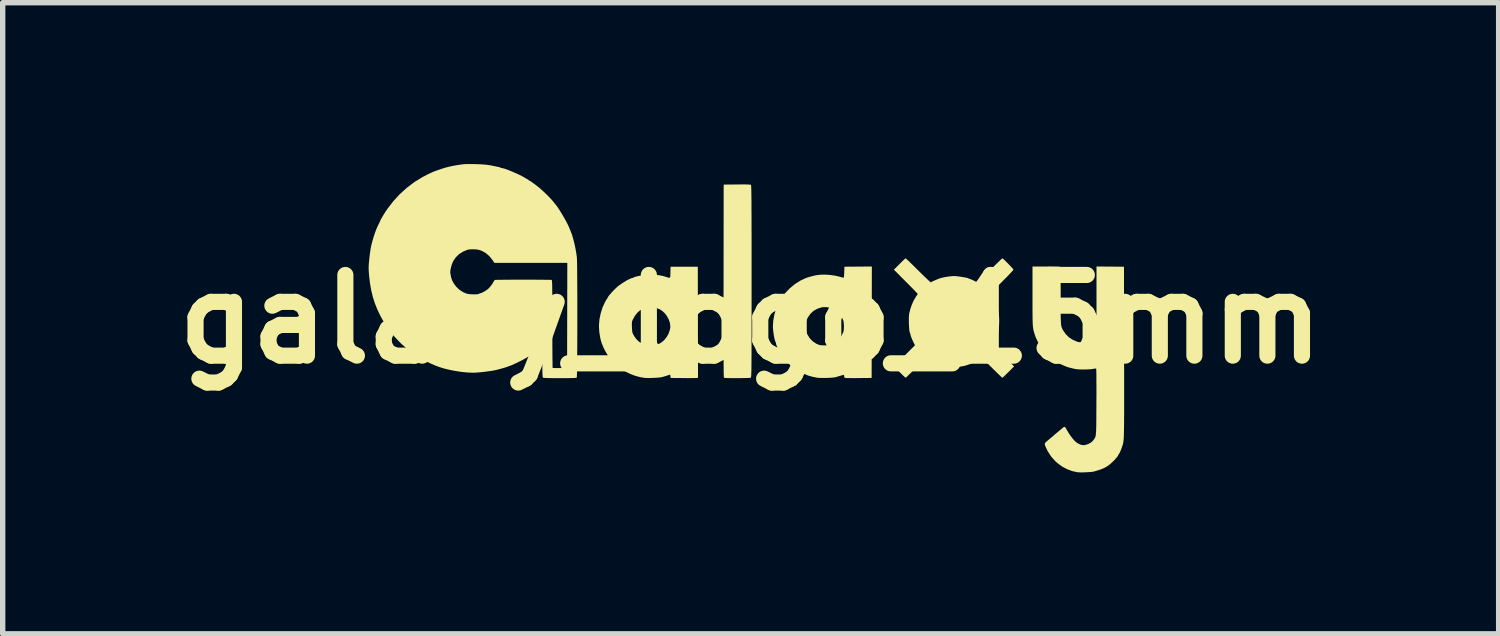
<source format=kicad_pcb>
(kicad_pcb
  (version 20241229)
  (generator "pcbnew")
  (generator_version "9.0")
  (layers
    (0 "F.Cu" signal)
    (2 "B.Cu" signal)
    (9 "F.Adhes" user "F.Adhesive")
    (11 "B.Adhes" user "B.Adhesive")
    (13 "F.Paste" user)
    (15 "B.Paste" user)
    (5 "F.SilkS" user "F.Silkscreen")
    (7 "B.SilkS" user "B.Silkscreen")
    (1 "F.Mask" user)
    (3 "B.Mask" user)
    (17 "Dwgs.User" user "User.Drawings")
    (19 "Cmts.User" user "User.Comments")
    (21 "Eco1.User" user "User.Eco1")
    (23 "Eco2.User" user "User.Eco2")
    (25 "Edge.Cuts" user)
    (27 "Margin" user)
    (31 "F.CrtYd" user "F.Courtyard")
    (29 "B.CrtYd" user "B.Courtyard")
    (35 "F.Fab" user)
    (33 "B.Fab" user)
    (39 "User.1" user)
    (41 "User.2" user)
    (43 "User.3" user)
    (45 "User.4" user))
  (footprint "galaxy_logo_15mm"
    (layer "F.Cu")
    (at 10.907 2.884)
    (property "Reference" "galaxy_logo_15mm" (at 0 0 0) (layer "F.SilkS") (effects (font (size 1.5 1.5) (thickness 0.3))))
    (attr board_only exclude_from_pos_files exclude_from_bom)
    (fp_poly (pts (xy -0.11 -2.505) (xy -0.061 -2.504) (xy -0.026 -2.502) (xy -0.004 -2.5) (xy 0.005 -2.497) (xy 0.007 -2.494) (xy 0.008 -2.486) (xy 0.009 -2.473) (xy 0.01 -2.455) (xy 0.011 -2.43) (xy 0.012 -2.398) (xy 0.013 -2.359) (xy 0.013 -2.311) (xy 0.014 -2.255) (xy 0.015 -2.189) (xy 0.015 -2.113) (xy 0.015 -2.026) (xy 0.016 -1.928) (xy 0.016 -1.818) (xy 0.016 -1.695) (xy 0.017 -1.559) (xy 0.017 -1.409) (xy 0.017 -1.244) (xy 0.017 -1.065) (xy 0.017 -0.87) (xy 0.017 -0.704) (xy 0.017 -0.5) (xy 0.017 -0.312) (xy 0.017 -0.139) (xy 0.017 0.018) (xy 0.017 0.162) (xy 0.017 0.292) (xy 0.016 0.409) (xy 0.016 0.514) (xy 0.016 0.607) (xy 0.016 0.69) (xy 0.015 0.762) (xy 0.015 0.825) (xy 0.014 0.879) (xy 0.014 0.925) (xy 0.013 0.964) (xy 0.012 0.996) (xy 0.011 1.022) (xy 0.01 1.042) (xy 0.009 1.057) (xy 0.008 1.069) (xy 0.007 1.077) (xy 0.005 1.082) (xy 0.004 1.086) (xy 0.002 1.087) (xy 0.001 1.088) (xy -0.012 1.091) (xy -0.039 1.093) (xy -0.077 1.094) (xy -0.123 1.095) (xy -0.176 1.096) (xy -0.232 1.097) (xy -0.289 1.097) (xy -0.344 1.097) (xy -0.395 1.096) (xy -0.437 1.095) (xy -0.47 1.093) (xy -0.491 1.091) (xy -0.496 1.09) (xy -0.497 1.086) (xy -0.498 1.076) (xy -0.499 1.059) (xy -0.5 1.035) (xy -0.501 1.002) (xy -0.502 0.962) (xy -0.502 0.911) (xy -0.503 0.852) (xy -0.503 0.781) (xy -0.504 0.7) (xy -0.504 0.608) (xy -0.504 0.503) (xy -0.505 0.386) (xy -0.505 0.256) (xy -0.505 0.112) (xy -0.505 -0.047) (xy -0.505 -0.22) (xy -0.505 -0.409) (xy -0.504 -0.614) (xy -0.504 -0.709) (xy -0.502 -2.502) (xy -0.254 -2.504) (xy -0.174 -2.505)) (stroke (width 0) (type solid)) (fill yes) (layer "F.SilkS"))
    (fp_poly (pts (xy 2.251 0.057) (xy 2.249 1.093) (xy 2.013 1.095) (xy 1.95 1.096) (xy 1.893 1.096) (xy 1.842 1.095) (xy 1.801 1.095) (xy 1.773 1.094) (xy 1.758 1.093) (xy 1.757 1.093) (xy 1.743 1.084) (xy 1.738 1.065) (xy 1.738 1.065) (xy 1.737 1.046) (xy 1.734 1.036) (xy 1.724 1.037) (xy 1.703 1.042) (xy 1.675 1.05) (xy 1.673 1.051) (xy 1.636 1.062) (xy 1.599 1.073) (xy 1.574 1.08) (xy 1.546 1.084) (xy 1.505 1.088) (xy 1.456 1.091) (xy 1.402 1.093) (xy 1.349 1.093) (xy 1.301 1.093) (xy 1.261 1.091) (xy 1.24 1.089) (xy 1.158 1.073) (xy 1.086 1.054) (xy 1.042 1.038) (xy 0.975 1.008) (xy 0.913 0.976) (xy 0.858 0.946) (xy 0.813 0.917) (xy 0.784 0.893) (xy 0.77 0.881) (xy 0.749 0.865) (xy 0.741 0.858) (xy 0.705 0.827) (xy 0.666 0.784) (xy 0.625 0.733) (xy 0.584 0.677) (xy 0.548 0.62) (xy 0.518 0.566) (xy 0.511 0.553) (xy 0.498 0.524) (xy 0.486 0.5) (xy 0.48 0.487) (xy 0.474 0.468) (xy 0.473 0.46) (xy 0.469 0.441) (xy 0.465 0.432) (xy 0.454 0.403) (xy 0.442 0.361) (xy 0.432 0.311) (xy 0.424 0.255) (xy 0.417 0.2) (xy 0.414 0.148) (xy 0.414 0.131) (xy 0.414 0.118) (xy 1.025 0.118) (xy 1.025 0.135) (xy 1.026 0.175) (xy 1.028 0.205) (xy 1.032 0.228) (xy 1.04 0.251) (xy 1.052 0.278) (xy 1.056 0.287) (xy 1.098 0.355) (xy 1.152 0.41) (xy 1.218 0.455) (xy 1.27 0.478) (xy 1.294 0.483) (xy 1.33 0.487) (xy 1.372 0.488) (xy 1.413 0.487) (xy 1.45 0.485) (xy 1.476 0.48) (xy 1.476 0.48) (xy 1.541 0.452) (xy 1.6 0.415) (xy 1.63 0.389) (xy 1.651 0.366) (xy 1.67 0.34) (xy 1.689 0.308) (xy 1.711 0.265) (xy 1.722 0.242) (xy 1.729 0.218) (xy 1.732 0.183) (xy 1.734 0.141) (xy 1.732 0.098) (xy 1.729 0.058) (xy 1.723 0.027) (xy 1.722 0.025) (xy 1.693 -0.039) (xy 1.652 -0.097) (xy 1.601 -0.145) (xy 1.542 -0.184) (xy 1.478 -0.211) (xy 1.411 -0.224) (xy 1.343 -0.224) (xy 1.317 -0.219) (xy 1.238 -0.193) (xy 1.171 -0.155) (xy 1.114 -0.103) (xy 1.068 -0.039) (xy 1.057 -0.019) (xy 1.043 0.011) (xy 1.034 0.034) (xy 1.028 0.056) (xy 1.026 0.082) (xy 1.025 0.118) (xy 0.414 0.118) (xy 0.42 0.028) (xy 0.44 -0.081) (xy 0.466 -0.173) (xy 0.511 -0.285) (xy 0.572 -0.391) (xy 0.645 -0.489) (xy 0.731 -0.577) (xy 0.826 -0.655) (xy 0.931 -0.72) (xy 1.017 -0.76) (xy 1.043 -0.77) (xy 1.081 -0.782) (xy 1.124 -0.794) (xy 1.167 -0.805) (xy 1.205 -0.814) (xy 1.22 -0.817) (xy 1.293 -0.826) (xy 1.376 -0.828) (xy 1.464 -0.823) (xy 1.552 -0.812) (xy 1.633 -0.795) (xy 1.682 -0.781) (xy 1.707 -0.774) (xy 1.725 -0.772) (xy 1.731 -0.774) (xy 1.734 -0.785) (xy 1.736 -0.809) (xy 1.739 -0.842) (xy 1.74 -0.878) (xy 1.743 -0.975) (xy 1.998 -0.977) (xy 2.253 -0.979)) (stroke (width 0) (type solid)) (fill yes) (layer "F.SilkS"))
    (fp_poly (pts (xy -0.981 0.057) (xy -0.979 1.088) (xy -0.998 1.093) (xy -1.011 1.094) (xy -1.039 1.095) (xy -1.079 1.095) (xy -1.128 1.096) (xy -1.185 1.096) (xy -1.247 1.095) (xy -1.253 1.095) (xy -1.489 1.093) (xy -1.492 1.06) (xy -1.495 1.04) (xy -1.501 1.032) (xy -1.509 1.034) (xy -1.532 1.042) (xy -1.566 1.053) (xy -1.605 1.065) (xy -1.641 1.075) (xy -1.658 1.079) (xy -1.683 1.083) (xy -1.72 1.087) (xy -1.765 1.09) (xy -1.816 1.092) (xy -1.866 1.094) (xy -1.913 1.094) (xy -1.952 1.093) (xy -1.97 1.092) (xy -2.055 1.078) (xy -2.145 1.054) (xy -2.233 1.021) (xy -2.313 0.983) (xy -2.344 0.965) (xy -2.369 0.95) (xy -2.388 0.94) (xy -2.397 0.937) (xy -2.405 0.932) (xy -2.405 0.93) (xy -2.412 0.922) (xy -2.428 0.91) (xy -2.431 0.908) (xy -2.456 0.89) (xy -2.488 0.863) (xy -2.524 0.83) (xy -2.56 0.793) (xy -2.592 0.758) (xy -2.615 0.73) (xy -2.644 0.689) (xy -2.675 0.643) (xy -2.702 0.597) (xy -2.722 0.557) (xy -2.723 0.557) (xy -2.748 0.5) (xy -2.768 0.452) (xy -2.782 0.407) (xy -2.794 0.362) (xy -2.803 0.31) (xy -2.813 0.248) (xy -2.815 0.232) (xy -2.821 0.122) (xy -2.818 0.083) (xy -2.209 0.083) (xy -2.209 0.119) (xy -2.207 0.159) (xy -2.205 0.197) (xy -2.202 0.229) (xy -2.198 0.249) (xy -2.186 0.28) (xy -2.164 0.317) (xy -2.138 0.355) (xy -2.109 0.389) (xy -2.082 0.414) (xy -2.08 0.416) (xy -2.031 0.448) (xy -1.988 0.469) (xy -1.943 0.482) (xy -1.891 0.488) (xy -1.861 0.489) (xy -1.811 0.487) (xy -1.771 0.482) (xy -1.74 0.473) (xy -1.696 0.455) (xy -1.659 0.432) (xy -1.623 0.403) (xy -1.596 0.376) (xy -1.559 0.328) (xy -1.528 0.272) (xy -1.506 0.211) (xy -1.494 0.154) (xy -1.494 0.135) (xy -1.501 0.071) (xy -1.523 0.006) (xy -1.556 -0.056) (xy -1.599 -0.112) (xy -1.649 -0.157) (xy -1.687 -0.181) (xy -1.759 -0.211) (xy -1.827 -0.225) (xy -1.893 -0.224) (xy -1.935 -0.216) (xy -2.002 -0.193) (xy -2.06 -0.161) (xy -2.109 -0.118) (xy -2.152 -0.062) (xy -2.191 0.008) (xy -2.205 0.039) (xy -2.207 0.055) (xy -2.209 0.083) (xy -2.818 0.083) (xy -2.812 0.008) (xy -2.789 -0.107) (xy -2.753 -0.22) (xy -2.711 -0.312) (xy -2.694 -0.343) (xy -2.679 -0.368) (xy -2.669 -0.384) (xy -2.666 -0.387) (xy -2.658 -0.396) (xy -2.658 -0.399) (xy -2.652 -0.413) (xy -2.636 -0.436) (xy -2.612 -0.465) (xy -2.583 -0.498) (xy -2.549 -0.534) (xy -2.515 -0.568) (xy -2.482 -0.599) (xy -2.452 -0.624) (xy -2.447 -0.627) (xy -2.405 -0.657) (xy -2.36 -0.686) (xy -2.315 -0.714) (xy -2.272 -0.737) (xy -2.234 -0.755) (xy -2.205 -0.765) (xy -2.192 -0.768) (xy -2.177 -0.772) (xy -2.174 -0.775) (xy -2.162 -0.783) (xy -2.15 -0.787) (xy -2.09 -0.801) (xy -2.042 -0.811) (xy -2.003 -0.818) (xy -1.97 -0.823) (xy -1.937 -0.825) (xy -1.902 -0.827) (xy -1.862 -0.827) (xy -1.857 -0.827) (xy -1.767 -0.824) (xy -1.689 -0.815) (xy -1.617 -0.799) (xy -1.569 -0.784) (xy -1.539 -0.774) (xy -1.518 -0.769) (xy -1.505 -0.771) (xy -1.497 -0.783) (xy -1.494 -0.806) (xy -1.492 -0.843) (xy -1.492 -0.871) (xy -1.489 -0.975) (xy -1.236 -0.975) (xy -0.983 -0.975)) (stroke (width 0) (type solid)) (fill yes) (layer "F.SilkS"))
    (fp_poly (pts (xy 4.689 -1.125) (xy 4.707 -1.109) (xy 4.732 -1.086) (xy 4.761 -1.057) (xy 4.792 -1.026) (xy 4.822 -0.995) (xy 4.848 -0.967) (xy 4.87 -0.943) (xy 4.883 -0.926) (xy 4.886 -0.92) (xy 4.88 -0.911) (xy 4.864 -0.892) (xy 4.838 -0.864) (xy 4.804 -0.828) (xy 4.764 -0.786) (xy 4.718 -0.74) (xy 4.67 -0.691) (xy 4.453 -0.474) (xy 4.473 -0.442) (xy 4.489 -0.416) (xy 4.504 -0.393) (xy 4.507 -0.388) (xy 4.537 -0.336) (xy 4.565 -0.271) (xy 4.59 -0.199) (xy 4.608 -0.131) (xy 4.615 -0.089) (xy 4.619 -0.037) (xy 4.621 0.021) (xy 4.62 0.081) (xy 4.617 0.14) (xy 4.611 0.195) (xy 4.604 0.242) (xy 4.595 0.277) (xy 4.59 0.289) (xy 4.583 0.308) (xy 4.582 0.316) (xy 4.578 0.335) (xy 4.575 0.344) (xy 4.568 0.358) (xy 4.556 0.383) (xy 4.541 0.413) (xy 4.537 0.422) (xy 4.506 0.485) (xy 4.702 0.681) (xy 4.898 0.878) (xy 4.793 0.983) (xy 4.758 1.017) (xy 4.728 1.047) (xy 4.703 1.07) (xy 4.686 1.084) (xy 4.679 1.089) (xy 4.671 1.083) (xy 4.653 1.067) (xy 4.626 1.041) (xy 4.592 1.008) (xy 4.552 0.969) (xy 4.507 0.925) (xy 4.489 0.907) (xy 4.444 0.862) (xy 4.402 0.821) (xy 4.365 0.785) (xy 4.334 0.757) (xy 4.312 0.737) (xy 4.299 0.727) (xy 4.298 0.726) (xy 4.285 0.73) (xy 4.264 0.741) (xy 4.241 0.755) (xy 4.216 0.77) (xy 4.196 0.781) (xy 4.187 0.785) (xy 4.176 0.79) (xy 4.176 0.791) (xy 4.166 0.798) (xy 4.144 0.809) (xy 4.112 0.822) (xy 4.075 0.837) (xy 4.036 0.85) (xy 3.998 0.862) (xy 3.979 0.868) (xy 3.875 0.887) (xy 3.767 0.891) (xy 3.657 0.882) (xy 3.548 0.858) (xy 3.443 0.82) (xy 3.344 0.77) (xy 3.322 0.756) (xy 3.296 0.741) (xy 3.275 0.73) (xy 3.263 0.726) (xy 3.255 0.731) (xy 3.236 0.748) (xy 3.209 0.773) (xy 3.174 0.806) (xy 3.134 0.845) (xy 3.09 0.889) (xy 3.072 0.907) (xy 3.026 0.952) (xy 2.984 0.994) (xy 2.947 1.029) (xy 2.917 1.058) (xy 2.896 1.078) (xy 2.883 1.088) (xy 2.882 1.089) (xy 2.873 1.083) (xy 2.855 1.067) (xy 2.829 1.043) (xy 2.798 1.013) (xy 2.768 0.983) (xy 2.663 0.878) (xy 2.859 0.681) (xy 3.055 0.485) (xy 3.035 0.447) (xy 3.013 0.4) (xy 2.994 0.357) (xy 2.98 0.32) (xy 2.972 0.293) (xy 2.97 0.283) (xy 2.968 0.265) (xy 2.963 0.258) (xy 2.958 0.247) (xy 2.952 0.221) (xy 2.948 0.185) (xy 2.945 0.141) (xy 2.942 0.093) (xy 2.941 0.042) (xy 2.941 -0.006) (xy 2.942 -0.051) (xy 2.945 -0.088) (xy 2.948 -0.105) (xy 2.968 -0.187) (xy 2.996 -0.268) (xy 3.03 -0.345) (xy 3.069 -0.411) (xy 3.077 -0.423) (xy 3.093 -0.446) (xy 3.103 -0.463) (xy 3.105 -0.469) (xy 3.1 -0.477) (xy 3.083 -0.495) (xy 3.057 -0.522) (xy 3.024 -0.557) (xy 2.983 -0.598) (xy 2.937 -0.645) (xy 2.887 -0.695) (xy 2.884 -0.698) (xy 2.663 -0.92) (xy 2.768 -1.025) (xy 2.802 -1.059) (xy 2.833 -1.089) (xy 2.858 -1.112) (xy 2.875 -1.126) (xy 2.881 -1.131) (xy 2.889 -1.125) (xy 2.907 -1.109) (xy 2.935 -1.083) (xy 2.97 -1.049) (xy 3.012 -1.008) (xy 3.058 -0.962) (xy 3.109 -0.912) (xy 3.115 -0.906) (xy 3.166 -0.856) (xy 3.213 -0.81) (xy 3.255 -0.769) (xy 3.291 -0.735) (xy 3.319 -0.709) (xy 3.338 -0.692) (xy 3.347 -0.685) (xy 3.347 -0.685) (xy 3.365 -0.694) (xy 3.393 -0.707) (xy 3.426 -0.722) (xy 3.46 -0.736) (xy 3.488 -0.748) (xy 3.506 -0.755) (xy 3.551 -0.769) (xy 3.607 -0.781) (xy 3.668 -0.791) (xy 3.727 -0.798) (xy 3.778 -0.801) (xy 3.78 -0.801) (xy 3.815 -0.8) (xy 3.859 -0.795) (xy 3.902 -0.789) (xy 3.911 -0.788) (xy 3.949 -0.781) (xy 3.983 -0.775) (xy 4.009 -0.771) (xy 4.015 -0.77) (xy 4.035 -0.765) (xy 4.047 -0.759) (xy 4.047 -0.759) (xy 4.058 -0.752) (xy 4.065 -0.751) (xy 4.078 -0.747) (xy 4.102 -0.738) (xy 4.133 -0.724) (xy 4.15 -0.716) (xy 4.22 -0.681) (xy 4.446 -0.906) (xy 4.496 -0.956) (xy 4.544 -1.003) (xy 4.586 -1.044) (xy 4.622 -1.079) (xy 4.651 -1.106) (xy 4.67 -1.124) (xy 4.679 -1.131) (xy 4.679 -1.131)) (stroke (width 0) (type solid)) (fill yes) (layer "F.SilkS"))
    (fp_poly (pts (xy 6.685 -0.977) (xy 6.941 -0.975) (xy 6.943 0.612) (xy 6.943 0.806) (xy 6.944 0.984) (xy 6.944 1.147) (xy 6.944 1.295) (xy 6.944 1.429) (xy 6.944 1.55) (xy 6.944 1.659) (xy 6.944 1.756) (xy 6.943 1.842) (xy 6.943 1.918) (xy 6.942 1.985) (xy 6.941 2.043) (xy 6.94 2.093) (xy 6.939 2.136) (xy 6.938 2.173) (xy 6.937 2.204) (xy 6.935 2.231) (xy 6.933 2.253) (xy 6.931 2.271) (xy 6.928 2.287) (xy 6.926 2.302) (xy 6.923 2.315) (xy 6.92 2.328) (xy 6.918 2.333) (xy 6.907 2.369) (xy 6.894 2.406) (xy 6.879 2.443) (xy 6.865 2.476) (xy 6.852 2.5) (xy 6.843 2.513) (xy 6.842 2.513) (xy 6.835 2.523) (xy 6.835 2.525) (xy 6.829 2.539) (xy 6.813 2.562) (xy 6.789 2.591) (xy 6.76 2.623) (xy 6.727 2.655) (xy 6.695 2.685) (xy 6.665 2.71) (xy 6.654 2.718) (xy 6.61 2.747) (xy 6.562 2.772) (xy 6.508 2.794) (xy 6.444 2.815) (xy 6.374 2.835) (xy 6.352 2.838) (xy 6.317 2.842) (xy 6.274 2.845) (xy 6.227 2.847) (xy 6.179 2.849) (xy 6.136 2.849) (xy 6.101 2.848) (xy 6.084 2.847) (xy 5.985 2.827) (xy 5.887 2.791) (xy 5.793 2.742) (xy 5.707 2.679) (xy 5.657 2.634) (xy 5.583 2.549) (xy 5.521 2.452) (xy 5.481 2.368) (xy 5.472 2.343) (xy 5.468 2.324) (xy 5.471 2.308) (xy 5.484 2.291) (xy 5.507 2.27) (xy 5.532 2.249) (xy 5.562 2.224) (xy 5.596 2.195) (xy 5.616 2.179) (xy 5.64 2.157) (xy 5.662 2.138) (xy 5.675 2.128) (xy 5.69 2.115) (xy 5.713 2.096) (xy 5.739 2.074) (xy 5.742 2.071) (xy 5.769 2.049) (xy 5.793 2.029) (xy 5.808 2.015) (xy 5.81 2.014) (xy 5.826 2.004) (xy 5.838 2.002) (xy 5.847 2.01) (xy 5.861 2.029) (xy 5.877 2.057) (xy 5.883 2.067) (xy 5.915 2.122) (xy 5.953 2.177) (xy 5.992 2.227) (xy 6.03 2.269) (xy 6.049 2.286) (xy 6.091 2.314) (xy 6.135 2.334) (xy 6.177 2.343) (xy 6.202 2.342) (xy 6.229 2.336) (xy 6.257 2.328) (xy 6.28 2.32) (xy 6.294 2.313) (xy 6.295 2.312) (xy 6.305 2.306) (xy 6.323 2.296) (xy 6.324 2.295) (xy 6.344 2.281) (xy 6.365 2.258) (xy 6.375 2.246) (xy 6.384 2.233) (xy 6.392 2.221) (xy 6.4 2.21) (xy 6.406 2.197) (xy 6.411 2.182) (xy 6.415 2.163) (xy 6.418 2.14) (xy 6.421 2.11) (xy 6.423 2.074) (xy 6.424 2.029) (xy 6.426 1.974) (xy 6.426 1.908) (xy 6.427 1.83) (xy 6.427 1.739) (xy 6.428 1.633) (xy 6.428 1.537) (xy 6.429 1.436) (xy 6.429 1.341) (xy 6.429 1.253) (xy 6.428 1.171) (xy 6.428 1.099) (xy 6.428 1.037) (xy 6.427 0.987) (xy 6.426 0.95) (xy 6.425 0.927) (xy 6.424 0.92) (xy 6.413 0.918) (xy 6.391 0.92) (xy 6.367 0.925) (xy 6.333 0.93) (xy 6.287 0.933) (xy 6.234 0.935) (xy 6.179 0.936) (xy 6.125 0.935) (xy 6.079 0.932) (xy 6.044 0.928) (xy 6.041 0.928) (xy 5.996 0.918) (xy 5.952 0.907) (xy 5.912 0.897) (xy 5.882 0.887) (xy 5.873 0.884) (xy 5.85 0.875) (xy 5.835 0.869) (xy 5.753 0.833) (xy 5.669 0.784) (xy 5.588 0.726) (xy 5.515 0.662) (xy 5.491 0.638) (xy 5.434 0.57) (xy 5.381 0.493) (xy 5.334 0.412) (xy 5.297 0.33) (xy 5.275 0.266) (xy 5.268 0.241) (xy 5.262 0.219) (xy 5.257 0.198) (xy 5.253 0.176) (xy 5.25 0.153) (xy 5.247 0.127) (xy 5.245 0.096) (xy 5.243 0.059) (xy 5.242 0.014) (xy 5.241 -0.039) (xy 5.241 -0.103) (xy 5.24 -0.179) (xy 5.24 -0.268) (xy 5.24 -0.372) (xy 5.24 -0.425) (xy 5.24 -0.979) (xy 5.489 -0.979) (xy 5.552 -0.979) (xy 5.611 -0.978) (xy 5.662 -0.977) (xy 5.703 -0.977) (xy 5.733 -0.975) (xy 5.749 -0.974) (xy 5.75 -0.974) (xy 5.753 -0.971) (xy 5.755 -0.966) (xy 5.757 -0.956) (xy 5.759 -0.94) (xy 5.76 -0.918) (xy 5.761 -0.887) (xy 5.762 -0.847) (xy 5.763 -0.797) (xy 5.763 -0.734) (xy 5.763 -0.659) (xy 5.764 -0.57) (xy 5.764 -0.465) (xy 5.764 -0.436) (xy 5.764 -0.325) (xy 5.764 -0.23) (xy 5.764 -0.149) (xy 5.764 -0.081) (xy 5.765 -0.024) (xy 5.767 0.023) (xy 5.768 0.061) (xy 5.771 0.092) (xy 5.774 0.117) (xy 5.778 0.137) (xy 5.783 0.154) (xy 5.789 0.169) (xy 5.796 0.183) (xy 5.804 0.199) (xy 5.808 0.207) (xy 5.856 0.277) (xy 5.916 0.336) (xy 5.988 0.384) (xy 6.072 0.42) (xy 6.079 0.422) (xy 6.105 0.427) (xy 6.143 0.43) (xy 6.188 0.431) (xy 6.235 0.43) (xy 6.278 0.428) (xy 6.312 0.423) (xy 6.323 0.421) (xy 6.352 0.409) (xy 6.383 0.392) (xy 6.409 0.374) (xy 6.424 0.359) (xy 6.425 0.349) (xy 6.426 0.324) (xy 6.426 0.285) (xy 6.427 0.232) (xy 6.428 0.168) (xy 6.429 0.093) (xy 6.429 0.01) (xy 6.43 -0.082) (xy 6.43 -0.18) (xy 6.43 -0.283) (xy 6.43 -0.314) (xy 6.43 -0.979)) (stroke (width 0) (type solid)) (fill yes) (layer "F.SilkS"))
    (fp_poly (pts (xy -5.126 -2.883) (xy -5.044 -2.88) (xy -4.975 -2.876) (xy -4.916 -2.871) (xy -4.863 -2.864) (xy -4.812 -2.855) (xy -4.78 -2.848) (xy -4.745 -2.841) (xy -4.712 -2.834) (xy -4.69 -2.83) (xy -4.668 -2.825) (xy -4.654 -2.819) (xy -4.653 -2.817) (xy -4.642 -2.811) (xy -4.63 -2.81) (xy -4.607 -2.806) (xy -4.571 -2.796) (xy -4.526 -2.78) (xy -4.475 -2.76) (xy -4.419 -2.737) (xy -4.363 -2.712) (xy -4.308 -2.687) (xy -4.258 -2.662) (xy -4.215 -2.639) (xy -4.182 -2.619) (xy -4.177 -2.616) (xy -4.158 -2.604) (xy -4.145 -2.599) (xy -4.144 -2.599) (xy -4.135 -2.593) (xy -4.135 -2.591) (xy -4.128 -2.583) (xy -4.126 -2.582) (xy -4.114 -2.577) (xy -4.091 -2.563) (xy -4.059 -2.541) (xy -4.022 -2.514) (xy -3.981 -2.483) (xy -3.938 -2.449) (xy -3.932 -2.444) (xy -3.895 -2.412) (xy -3.852 -2.373) (xy -3.807 -2.33) (xy -3.763 -2.287) (xy -3.724 -2.246) (xy -3.692 -2.211) (xy -3.675 -2.191) (xy -3.655 -2.166) (xy -3.636 -2.142) (xy -3.631 -2.136) (xy -3.604 -2.102) (xy -3.572 -2.056) (xy -3.537 -2.001) (xy -3.5 -1.94) (xy -3.464 -1.878) (xy -3.43 -1.817) (xy -3.401 -1.76) (xy -3.378 -1.711) (xy -3.367 -1.683) (xy -3.359 -1.664) (xy -3.349 -1.64) (xy -3.348 -1.637) (xy -3.323 -1.573) (xy -3.3 -1.495) (xy -3.277 -1.406) (xy -3.257 -1.311) (xy -3.24 -1.211) (xy -3.232 -1.154) (xy -3.231 -1.135) (xy -3.229 -1.101) (xy -3.228 -1.053) (xy -3.227 -0.993) (xy -3.226 -0.921) (xy -3.226 -0.84) (xy -3.225 -0.749) (xy -3.224 -0.651) (xy -3.224 -0.546) (xy -3.223 -0.436) (xy -3.223 -0.321) (xy -3.223 -0.204) (xy -3.223 -0.085) (xy -3.223 0.035) (xy -3.223 0.153) (xy -3.223 0.27) (xy -3.224 0.384) (xy -3.224 0.493) (xy -3.225 0.597) (xy -3.226 0.694) (xy -3.226 0.784) (xy -3.227 0.864) (xy -3.228 0.934) (xy -3.229 0.992) (xy -3.23 1.037) (xy -3.232 1.069) (xy -3.233 1.085) (xy -3.234 1.087) (xy -3.241 1.09) (xy -3.259 1.092) (xy -3.287 1.094) (xy -3.328 1.095) (xy -3.382 1.096) (xy -3.45 1.097) (xy -3.534 1.097) (xy -3.548 1.097) (xy -3.635 1.097) (xy -3.705 1.096) (xy -3.761 1.095) (xy -3.804 1.094) (xy -3.834 1.092) (xy -3.853 1.09) (xy -3.863 1.087) (xy -3.863 1.087) (xy -3.866 1.079) (xy -3.869 1.061) (xy -3.87 1.032) (xy -3.872 0.99) (xy -3.873 0.935) (xy -3.873 0.865) (xy -3.873 0.796) (xy -3.873 0.729) (xy -3.874 0.668) (xy -3.875 0.614) (xy -3.875 0.57) (xy -3.876 0.538) (xy -3.878 0.519) (xy -3.878 0.515) (xy -3.887 0.52) (xy -3.905 0.533) (xy -3.931 0.553) (xy -3.957 0.573) (xy -4.051 0.643) (xy -4.147 0.706) (xy -4.252 0.764) (xy -4.329 0.803) (xy -4.373 0.823) (xy -4.404 0.838) (xy -4.428 0.849) (xy -4.446 0.856) (xy -4.463 0.863) (xy -4.481 0.869) (xy -4.481 0.869) (xy -4.506 0.878) (xy -4.526 0.886) (xy -4.527 0.886) (xy -4.552 0.895) (xy -4.592 0.907) (xy -4.645 0.922) (xy -4.709 0.939) (xy -4.732 0.945) (xy -4.771 0.953) (xy -4.822 0.962) (xy -4.882 0.97) (xy -4.947 0.979) (xy -5.012 0.986) (xy -5.072 0.991) (xy -5.125 0.995) (xy -5.16 0.996) (xy -5.259 0.992) (xy -5.366 0.982) (xy -5.476 0.966) (xy -5.586 0.945) (xy -5.691 0.92) (xy -5.786 0.891) (xy -5.844 0.87) (xy -5.965 0.818) (xy -6.074 0.764) (xy -6.175 0.706) (xy -6.273 0.641) (xy -6.371 0.567) (xy -6.499 0.455) (xy -6.619 0.33) (xy -6.727 0.194) (xy -6.822 0.051) (xy -6.881 -0.055) (xy -6.939 -0.174) (xy -6.986 -0.291) (xy -7.024 -0.409) (xy -7.054 -0.531) (xy -7.077 -0.661) (xy -7.094 -0.803) (xy -7.097 -0.84) (xy -7.1 -0.883) (xy -5.585 -0.883) (xy -5.584 -0.856) (xy -5.58 -0.831) (xy -5.574 -0.801) (xy -5.574 -0.797) (xy -5.554 -0.728) (xy -5.519 -0.662) (xy -5.473 -0.601) (xy -5.415 -0.547) (xy -5.35 -0.504) (xy -5.287 -0.476) (xy -5.261 -0.47) (xy -5.226 -0.465) (xy -5.185 -0.462) (xy -5.145 -0.461) (xy -5.107 -0.462) (xy -5.076 -0.464) (xy -5.056 -0.469) (xy -5.052 -0.471) (xy -5.036 -0.479) (xy -5.025 -0.481) (xy -5.008 -0.486) (xy -4.982 -0.498) (xy -4.951 -0.515) (xy -4.92 -0.534) (xy -4.892 -0.554) (xy -4.879 -0.565) (xy -4.85 -0.595) (xy -4.82 -0.632) (xy -4.796 -0.668) (xy -4.782 -0.693) (xy -4.77 -0.714) (xy -4.757 -0.728) (xy -4.754 -0.729) (xy -4.744 -0.73) (xy -4.718 -0.731) (xy -4.678 -0.732) (xy -4.627 -0.732) (xy -4.567 -0.733) (xy -4.498 -0.733) (xy -4.424 -0.734) (xy -4.345 -0.734) (xy -4.263 -0.734) (xy -4.181 -0.734) (xy -4.1 -0.734) (xy -4.021 -0.734) (xy -3.947 -0.733) (xy -3.88 -0.733) (xy -3.821 -0.732) (xy -3.771 -0.732) (xy -3.734 -0.731) (xy -3.71 -0.73) (xy -3.701 -0.729) (xy -3.699 -0.727) (xy -3.697 -0.722) (xy -3.695 -0.713) (xy -3.694 -0.699) (xy -3.692 -0.68) (xy -3.691 -0.653) (xy -3.69 -0.619) (xy -3.69 -0.576) (xy -3.689 -0.523) (xy -3.688 -0.459) (xy -3.688 -0.384) (xy -3.688 -0.296) (xy -3.688 -0.194) (xy -3.688 -0.077) (xy -3.688 0.055) (xy -3.688 0.088) (xy -3.688 0.204) (xy -3.687 0.315) (xy -3.687 0.419) (xy -3.687 0.517) (xy -3.686 0.607) (xy -3.686 0.687) (xy -3.685 0.756) (xy -3.684 0.814) (xy -3.684 0.858) (xy -3.683 0.889) (xy -3.682 0.904) (xy -3.682 0.906) (xy -3.672 0.908) (xy -3.648 0.909) (xy -3.613 0.91) (xy -3.571 0.91) (xy -3.545 0.909) (xy -3.413 0.907) (xy -3.411 -0.07) (xy -3.409 -1.046) (xy -4.087 -1.046) (xy -4.765 -1.046) (xy -4.805 -1.106) (xy -4.862 -1.175) (xy -4.926 -1.229) (xy -4.999 -1.27) (xy -5.059 -1.29) (xy -5.089 -1.295) (xy -5.129 -1.298) (xy -5.172 -1.299) (xy -5.214 -1.298) (xy -5.249 -1.294) (xy -5.266 -1.29) (xy -5.351 -1.254) (xy -5.423 -1.208) (xy -5.482 -1.15) (xy -5.528 -1.083) (xy -5.538 -1.062) (xy -5.556 -1.018) (xy -5.57 -0.97) (xy -5.581 -0.923) (xy -5.585 -0.883) (xy -7.1 -0.883) (xy -7.101 -0.891) (xy -7.103 -0.935) (xy -7.102 -0.978) (xy -7.1 -1.025) (xy -7.095 -1.081) (xy -7.093 -1.097) (xy -7.084 -1.183) (xy -7.074 -1.257) (xy -7.064 -1.322) (xy -7.051 -1.383) (xy -7.035 -1.444) (xy -7.016 -1.51) (xy -7.014 -1.519) (xy -6.991 -1.589) (xy -6.967 -1.655) (xy -6.943 -1.711) (xy -6.922 -1.756) (xy -6.92 -1.76) (xy -6.907 -1.785) (xy -6.897 -1.805) (xy -6.894 -1.814) (xy -6.89 -1.826) (xy -6.878 -1.85) (xy -6.86 -1.882) (xy -6.838 -1.92) (xy -6.813 -1.961) (xy -6.787 -2.001) (xy -6.762 -2.039) (xy -6.757 -2.046) (xy -6.645 -2.192) (xy -6.523 -2.325) (xy -6.39 -2.445) (xy -6.248 -2.552) (xy -6.095 -2.645) (xy -6.012 -2.688) (xy -5.97 -2.708) (xy -5.938 -2.723) (xy -5.914 -2.734) (xy -5.892 -2.744) (xy -5.869 -2.752) (xy -5.84 -2.763) (xy -5.814 -2.772) (xy -5.74 -2.797) (xy -5.672 -2.818) (xy -5.606 -2.835) (xy -5.537 -2.85) (xy -5.462 -2.863) (xy -5.374 -2.876) (xy -5.358 -2.878) (xy -5.317 -2.882) (xy -5.263 -2.884) (xy -5.198 -2.884)) (stroke (width 0) (type solid)) (fill yes) (layer "F.SilkS")))
  (gr_rect
    (start -3 -3)
    (end 24.814 8.734)
    (stroke (width 0.1) (type default))
    (fill no)
    (layer "Edge.Cuts")))
</source>
